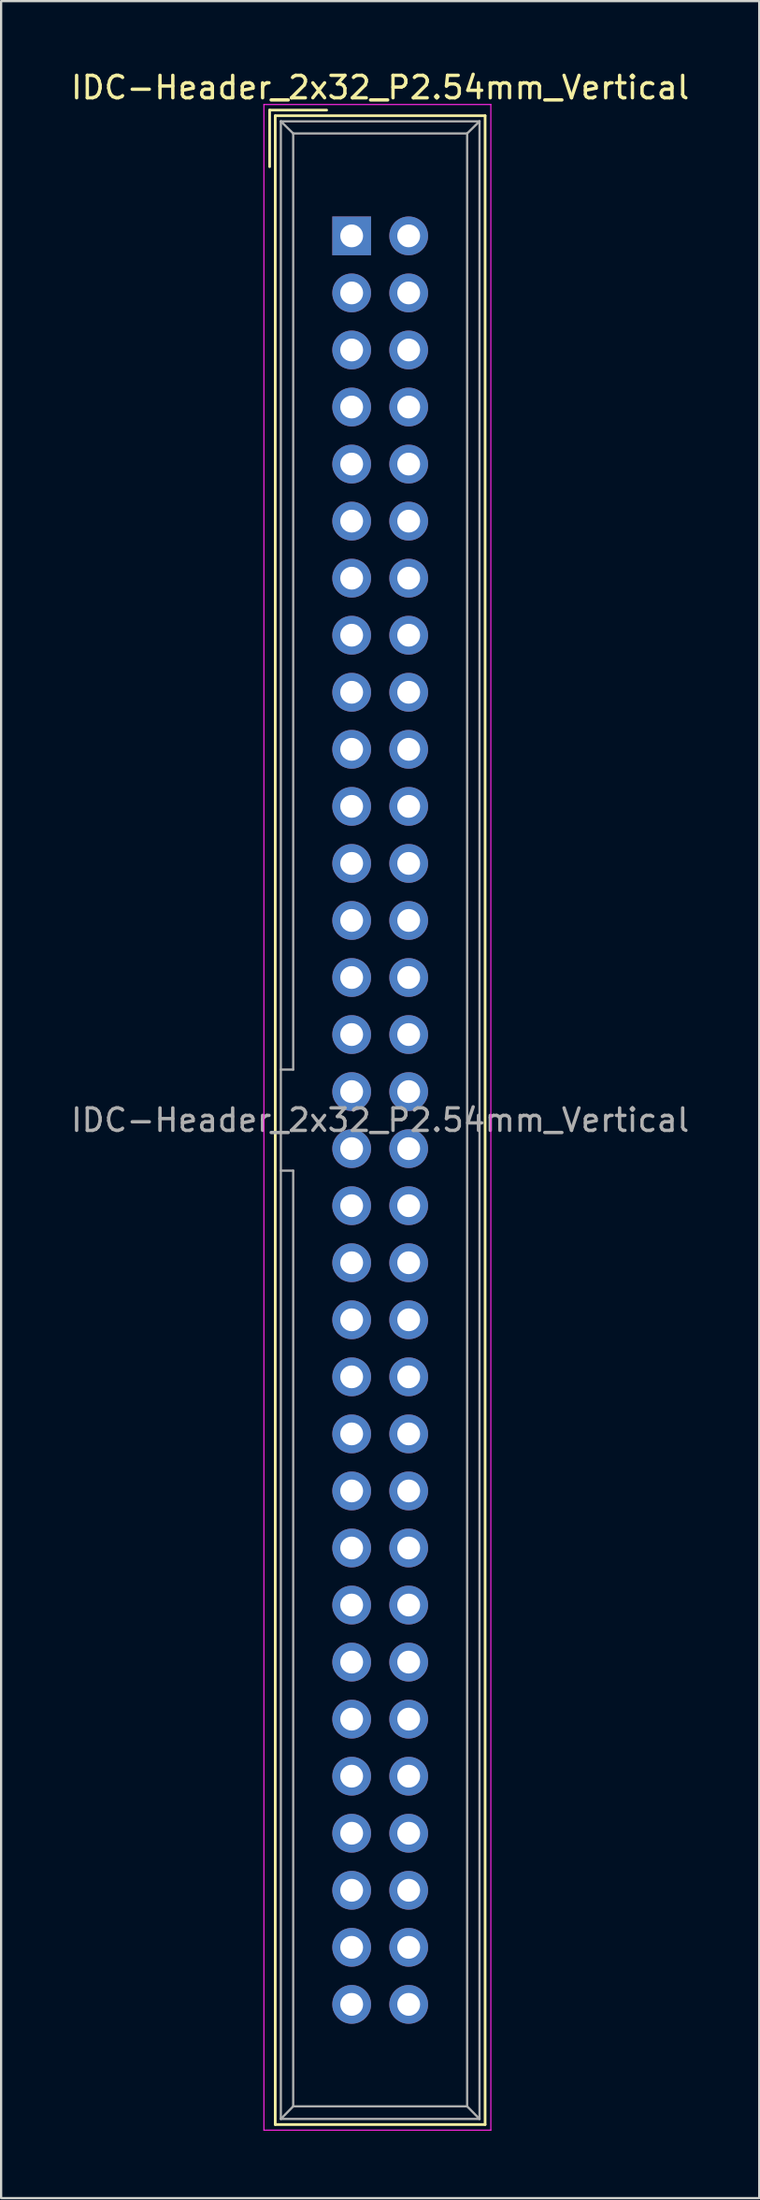
<source format=kicad_pcb>
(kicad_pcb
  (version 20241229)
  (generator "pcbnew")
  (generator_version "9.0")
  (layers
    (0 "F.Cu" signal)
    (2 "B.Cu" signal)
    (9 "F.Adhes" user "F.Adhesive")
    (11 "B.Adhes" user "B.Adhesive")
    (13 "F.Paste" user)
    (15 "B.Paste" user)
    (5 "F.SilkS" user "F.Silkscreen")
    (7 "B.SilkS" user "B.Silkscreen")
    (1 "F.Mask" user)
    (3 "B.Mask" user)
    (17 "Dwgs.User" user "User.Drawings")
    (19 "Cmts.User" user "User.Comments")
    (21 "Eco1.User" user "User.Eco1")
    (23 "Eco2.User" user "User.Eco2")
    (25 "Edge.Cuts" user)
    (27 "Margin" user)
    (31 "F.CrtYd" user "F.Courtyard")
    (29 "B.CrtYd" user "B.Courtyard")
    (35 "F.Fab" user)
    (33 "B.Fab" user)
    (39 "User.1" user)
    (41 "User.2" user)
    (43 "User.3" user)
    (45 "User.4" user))
  (footprint "IDC-Header_2x32_P2.54mm_Vertical"
    (layer "F.Cu")
    (at 12.617 7.452)
    (property "Reference" "IDC-Header_2x32_P2.54mm_Vertical" (at 1.27 -6.604 0) (layer "F.SilkS") (effects (font (size 1 1) (thickness 0.15))))
    (attr through_hole)
    (fp_line (start -3.655 -5.6) (end -3.655 -3.08) (stroke (width 0.12) (type solid)) (layer "F.SilkS"))
    (fp_line (start -3.655 -5.6) (end -1.115 -5.6) (stroke (width 0.12) (type solid)) (layer "F.SilkS"))
    (fp_line (start -3.405 -5.35) (end 5.945 -5.35) (stroke (width 0.12) (type solid)) (layer "F.SilkS"))
    (fp_line (start -3.405 84.09) (end -3.405 -5.35) (stroke (width 0.12) (type solid)) (layer "F.SilkS"))
    (fp_line (start 5.945 -5.35) (end 5.945 84.09) (stroke (width 0.12) (type solid)) (layer "F.SilkS"))
    (fp_line (start 5.945 84.09) (end -3.405 84.09) (stroke (width 0.12) (type solid)) (layer "F.SilkS"))
    (fp_line (start -3.91 -5.85) (end 6.2 -5.85) (stroke (width 0.05) (type solid)) (layer "F.CrtYd"))
    (fp_line (start -3.91 84.34) (end -3.91 -5.85) (stroke (width 0.05) (type solid)) (layer "F.CrtYd"))
    (fp_line (start 6.2 -5.85) (end 6.2 84.34) (stroke (width 0.05) (type solid)) (layer "F.CrtYd"))
    (fp_line (start 6.2 84.34) (end -3.91 84.34) (stroke (width 0.05) (type solid)) (layer "F.CrtYd"))
    (fp_line (start -3.155 -5.1) (end -3.155 83.84) (stroke (width 0.1) (type solid)) (layer "F.Fab"))
    (fp_line (start -3.155 -5.1) (end -2.605 -4.56) (stroke (width 0.1) (type solid)) (layer "F.Fab"))
    (fp_line (start -3.155 83.84) (end -2.605 83.28) (stroke (width 0.1) (type solid)) (layer "F.Fab"))
    (fp_line (start -2.605 -4.56) (end -2.605 37.12) (stroke (width 0.1) (type solid)) (layer "F.Fab"))
    (fp_line (start -2.605 37.12) (end -3.155 37.12) (stroke (width 0.1) (type solid)) (layer "F.Fab"))
    (fp_line (start -2.605 41.62) (end -3.155 41.62) (stroke (width 0.1) (type solid)) (layer "F.Fab"))
    (fp_line (start -2.605 41.62) (end -2.605 83.28) (stroke (width 0.1) (type solid)) (layer "F.Fab"))
    (fp_line (start 5.145 -4.56) (end -2.605 -4.56) (stroke (width 0.1) (type solid)) (layer "F.Fab"))
    (fp_line (start 5.145 -4.56) (end 5.145 83.28) (stroke (width 0.1) (type solid)) (layer "F.Fab"))
    (fp_line (start 5.145 83.28) (end -2.605 83.28) (stroke (width 0.1) (type solid)) (layer "F.Fab"))
    (fp_line (start 5.695 -5.1) (end -3.155 -5.1) (stroke (width 0.1) (type solid)) (layer "F.Fab"))
    (fp_line (start 5.695 -5.1) (end 5.145 -4.56) (stroke (width 0.1) (type solid)) (layer "F.Fab"))
    (fp_line (start 5.695 -5.1) (end 5.695 83.84) (stroke (width 0.1) (type solid)) (layer "F.Fab"))
    (fp_line (start 5.695 83.84) (end -3.155 83.84) (stroke (width 0.1) (type solid)) (layer "F.Fab"))
    (fp_line (start 5.695 83.84) (end 5.145 83.28) (stroke (width 0.1) (type solid)) (layer "F.Fab"))
    (fp_text user "${REFERENCE}" (at 1.27 39.37 0) (layer "F.Fab") (effects (font (size 1 1) (thickness 0.15))))
    (pad "1" thru_hole rect (at 0 0) (size 1.727 1.727) (drill 1.016) (layers "*.Cu" "*.Mask"))
    (pad "2" thru_hole oval (at 2.54 0) (size 1.727 1.727) (drill 1.016) (layers "*.Cu" "*.Mask"))
    (pad "3" thru_hole oval (at 0 2.54) (size 1.727 1.727) (drill 1.016) (layers "*.Cu" "*.Mask"))
    (pad "4" thru_hole oval (at 2.54 2.54) (size 1.727 1.727) (drill 1.016) (layers "*.Cu" "*.Mask"))
    (pad "5" thru_hole oval (at 0 5.08) (size 1.727 1.727) (drill 1.016) (layers "*.Cu" "*.Mask"))
    (pad "6" thru_hole oval (at 2.54 5.08) (size 1.727 1.727) (drill 1.016) (layers "*.Cu" "*.Mask"))
    (pad "7" thru_hole oval (at 0 7.62) (size 1.727 1.727) (drill 1.016) (layers "*.Cu" "*.Mask"))
    (pad "8" thru_hole oval (at 2.54 7.62) (size 1.727 1.727) (drill 1.016) (layers "*.Cu" "*.Mask"))
    (pad "9" thru_hole oval (at 0 10.16) (size 1.727 1.727) (drill 1.016) (layers "*.Cu" "*.Mask"))
    (pad "10" thru_hole oval (at 2.54 10.16) (size 1.727 1.727) (drill 1.016) (layers "*.Cu" "*.Mask"))
    (pad "11" thru_hole oval (at 0 12.7) (size 1.727 1.727) (drill 1.016) (layers "*.Cu" "*.Mask"))
    (pad "12" thru_hole oval (at 2.54 12.7) (size 1.727 1.727) (drill 1.016) (layers "*.Cu" "*.Mask"))
    (pad "13" thru_hole oval (at 0 15.24) (size 1.727 1.727) (drill 1.016) (layers "*.Cu" "*.Mask"))
    (pad "14" thru_hole oval (at 2.54 15.24) (size 1.727 1.727) (drill 1.016) (layers "*.Cu" "*.Mask"))
    (pad "15" thru_hole oval (at 0 17.78) (size 1.727 1.727) (drill 1.016) (layers "*.Cu" "*.Mask"))
    (pad "16" thru_hole oval (at 2.54 17.78) (size 1.727 1.727) (drill 1.016) (layers "*.Cu" "*.Mask"))
    (pad "17" thru_hole oval (at 0 20.32) (size 1.727 1.727) (drill 1.016) (layers "*.Cu" "*.Mask"))
    (pad "18" thru_hole oval (at 2.54 20.32) (size 1.727 1.727) (drill 1.016) (layers "*.Cu" "*.Mask"))
    (pad "19" thru_hole oval (at 0 22.86) (size 1.727 1.727) (drill 1.016) (layers "*.Cu" "*.Mask"))
    (pad "20" thru_hole oval (at 2.54 22.86) (size 1.727 1.727) (drill 1.016) (layers "*.Cu" "*.Mask"))
    (pad "21" thru_hole oval (at 0 25.4) (size 1.727 1.727) (drill 1.016) (layers "*.Cu" "*.Mask"))
    (pad "22" thru_hole oval (at 2.54 25.4) (size 1.727 1.727) (drill 1.016) (layers "*.Cu" "*.Mask"))
    (pad "23" thru_hole oval (at 0 27.94) (size 1.727 1.727) (drill 1.016) (layers "*.Cu" "*.Mask"))
    (pad "24" thru_hole oval (at 2.54 27.94) (size 1.727 1.727) (drill 1.016) (layers "*.Cu" "*.Mask"))
    (pad "25" thru_hole oval (at 0 30.48) (size 1.727 1.727) (drill 1.016) (layers "*.Cu" "*.Mask"))
    (pad "26" thru_hole oval (at 2.54 30.48) (size 1.727 1.727) (drill 1.016) (layers "*.Cu" "*.Mask"))
    (pad "27" thru_hole oval (at 0 33.02) (size 1.727 1.727) (drill 1.016) (layers "*.Cu" "*.Mask"))
    (pad "28" thru_hole oval (at 2.54 33.02) (size 1.727 1.727) (drill 1.016) (layers "*.Cu" "*.Mask"))
    (pad "29" thru_hole oval (at 0 35.56) (size 1.727 1.727) (drill 1.016) (layers "*.Cu" "*.Mask"))
    (pad "30" thru_hole oval (at 2.54 35.56) (size 1.727 1.727) (drill 1.016) (layers "*.Cu" "*.Mask"))
    (pad "31" thru_hole oval (at 0 38.1) (size 1.727 1.727) (drill 1.016) (layers "*.Cu" "*.Mask"))
    (pad "32" thru_hole oval (at 2.54 38.1) (size 1.727 1.727) (drill 1.016) (layers "*.Cu" "*.Mask"))
    (pad "33" thru_hole oval (at 0 40.64) (size 1.727 1.727) (drill 1.016) (layers "*.Cu" "*.Mask"))
    (pad "34" thru_hole oval (at 2.54 40.64) (size 1.727 1.727) (drill 1.016) (layers "*.Cu" "*.Mask"))
    (pad "35" thru_hole oval (at 0 43.18) (size 1.727 1.727) (drill 1.016) (layers "*.Cu" "*.Mask"))
    (pad "36" thru_hole oval (at 2.54 43.18) (size 1.727 1.727) (drill 1.016) (layers "*.Cu" "*.Mask"))
    (pad "37" thru_hole oval (at 0 45.72) (size 1.727 1.727) (drill 1.016) (layers "*.Cu" "*.Mask"))
    (pad "38" thru_hole oval (at 2.54 45.72) (size 1.727 1.727) (drill 1.016) (layers "*.Cu" "*.Mask"))
    (pad "39" thru_hole oval (at 0 48.26) (size 1.727 1.727) (drill 1.016) (layers "*.Cu" "*.Mask"))
    (pad "40" thru_hole oval (at 2.54 48.26) (size 1.727 1.727) (drill 1.016) (layers "*.Cu" "*.Mask"))
    (pad "41" thru_hole oval (at 0 50.8) (size 1.727 1.727) (drill 1.016) (layers "*.Cu" "*.Mask"))
    (pad "42" thru_hole oval (at 2.54 50.8) (size 1.727 1.727) (drill 1.016) (layers "*.Cu" "*.Mask"))
    (pad "43" thru_hole oval (at 0 53.34) (size 1.727 1.727) (drill 1.016) (layers "*.Cu" "*.Mask"))
    (pad "44" thru_hole oval (at 2.54 53.34) (size 1.727 1.727) (drill 1.016) (layers "*.Cu" "*.Mask"))
    (pad "45" thru_hole oval (at 0 55.88) (size 1.727 1.727) (drill 1.016) (layers "*.Cu" "*.Mask"))
    (pad "46" thru_hole oval (at 2.54 55.88) (size 1.727 1.727) (drill 1.016) (layers "*.Cu" "*.Mask"))
    (pad "47" thru_hole oval (at 0 58.42) (size 1.727 1.727) (drill 1.016) (layers "*.Cu" "*.Mask"))
    (pad "48" thru_hole oval (at 2.54 58.42) (size 1.727 1.727) (drill 1.016) (layers "*.Cu" "*.Mask"))
    (pad "49" thru_hole oval (at 0 60.96) (size 1.727 1.727) (drill 1.016) (layers "*.Cu" "*.Mask"))
    (pad "50" thru_hole oval (at 2.54 60.96) (size 1.727 1.727) (drill 1.016) (layers "*.Cu" "*.Mask"))
    (pad "51" thru_hole oval (at 0 63.5) (size 1.727 1.727) (drill 1.016) (layers "*.Cu" "*.Mask"))
    (pad "52" thru_hole oval (at 2.54 63.5) (size 1.727 1.727) (drill 1.016) (layers "*.Cu" "*.Mask"))
    (pad "53" thru_hole oval (at 0 66.04) (size 1.727 1.727) (drill 1.016) (layers "*.Cu" "*.Mask"))
    (pad "54" thru_hole oval (at 2.54 66.04) (size 1.727 1.727) (drill 1.016) (layers "*.Cu" "*.Mask"))
    (pad "55" thru_hole oval (at 0 68.58) (size 1.727 1.727) (drill 1.016) (layers "*.Cu" "*.Mask"))
    (pad "56" thru_hole oval (at 2.54 68.58) (size 1.727 1.727) (drill 1.016) (layers "*.Cu" "*.Mask"))
    (pad "57" thru_hole oval (at 0 71.12) (size 1.727 1.727) (drill 1.016) (layers "*.Cu" "*.Mask"))
    (pad "58" thru_hole oval (at 2.54 71.12) (size 1.727 1.727) (drill 1.016) (layers "*.Cu" "*.Mask"))
    (pad "59" thru_hole oval (at 0 73.66) (size 1.727 1.727) (drill 1.016) (layers "*.Cu" "*.Mask"))
    (pad "60" thru_hole oval (at 2.54 73.66) (size 1.727 1.727) (drill 1.016) (layers "*.Cu" "*.Mask"))
    (pad "61" thru_hole oval (at 0 76.2) (size 1.727 1.727) (drill 1.016) (layers "*.Cu" "*.Mask"))
    (pad "62" thru_hole oval (at 2.54 76.2) (size 1.727 1.727) (drill 1.016) (layers "*.Cu" "*.Mask"))
    (pad "63" thru_hole oval (at 0 78.74) (size 1.727 1.727) (drill 1.016) (layers "*.Cu" "*.Mask"))
    (pad "64" thru_hole oval (at 2.54 78.74) (size 1.727 1.727) (drill 1.016) (layers "*.Cu" "*.Mask")))
  (gr_rect
    (start -3 -3)
    (end 30.774 94.817)
    (stroke (width 0.1) (type default))
    (fill no)
    (layer "Edge.Cuts")))
</source>
